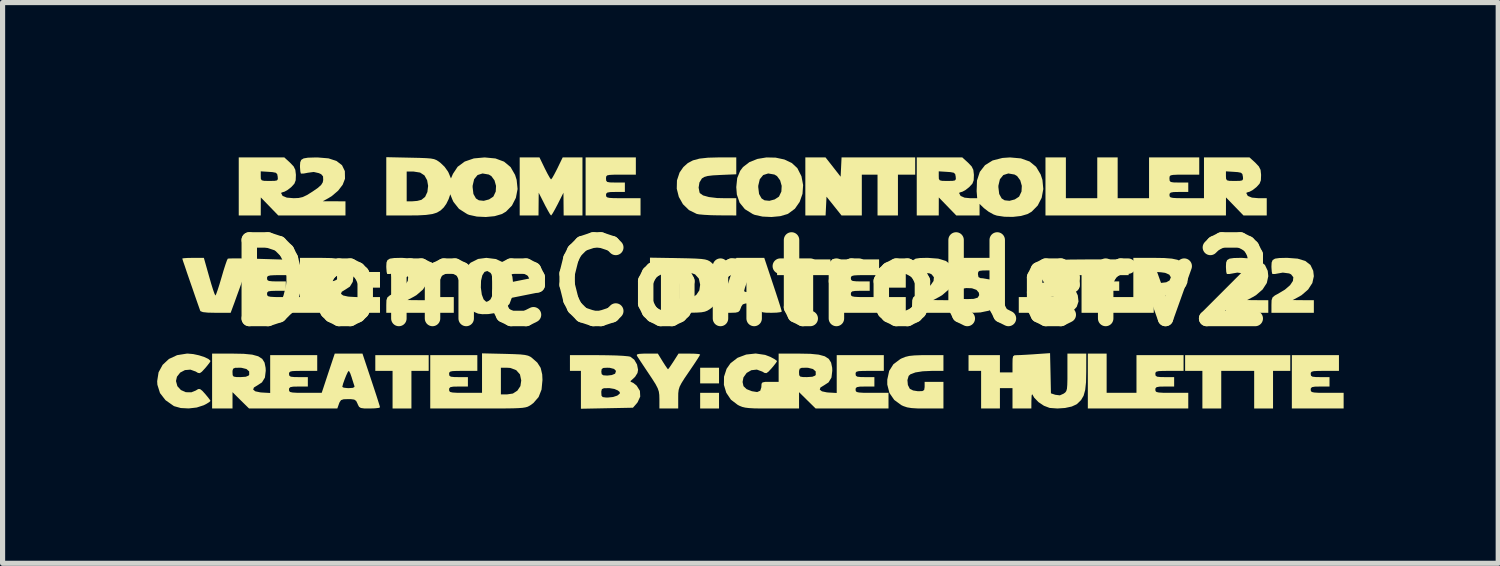
<source format=kicad_pcb>
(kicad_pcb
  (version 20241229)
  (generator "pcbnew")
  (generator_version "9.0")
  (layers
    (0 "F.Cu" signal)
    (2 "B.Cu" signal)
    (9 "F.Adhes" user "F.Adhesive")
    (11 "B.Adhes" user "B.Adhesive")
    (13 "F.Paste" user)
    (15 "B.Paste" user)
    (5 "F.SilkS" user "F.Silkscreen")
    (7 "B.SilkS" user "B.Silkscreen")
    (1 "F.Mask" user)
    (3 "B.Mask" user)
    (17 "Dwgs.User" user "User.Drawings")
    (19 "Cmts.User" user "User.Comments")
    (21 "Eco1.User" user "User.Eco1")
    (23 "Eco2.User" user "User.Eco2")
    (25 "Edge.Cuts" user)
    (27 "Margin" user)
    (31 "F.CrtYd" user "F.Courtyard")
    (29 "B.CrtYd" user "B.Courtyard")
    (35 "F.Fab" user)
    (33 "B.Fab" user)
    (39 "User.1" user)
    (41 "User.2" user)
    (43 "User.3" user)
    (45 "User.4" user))
  (footprint "DomeControllerv2"
    (layer "F.Cu")
    (at 11.512 2.441)
    (property "Reference" "DomeControllerv2" (at 0 0 0) (layer "F.SilkS") (effects (font (size 1.524 1.524) (thickness 0.3))))
    (attr board_only exclude_from_pos_files exclude_from_bom)
    (fp_poly (pts (xy -7.188 0.091) (xy -7.553 0.091) (xy -7.553 -0.213) (xy -7.188 -0.213)) (stroke (width 0) (type solid)) (fill yes) (layer "F.SilkS"))
    (fp_poly (pts (xy -7.188 0.579) (xy -7.553 0.579) (xy -7.553 0.274) (xy -7.188 0.274)) (stroke (width 0) (type solid)) (fill yes) (layer "F.SilkS"))
    (fp_poly (pts (xy -5.756 0.579) (xy -6.122 0.579) (xy -6.122 0.274) (xy -5.756 0.274)) (stroke (width 0) (type solid)) (fill yes) (layer "F.SilkS"))
    (fp_poly (pts (xy -0.609 1.949) (xy -0.975 1.949) (xy -0.975 1.645) (xy -0.609 1.645)) (stroke (width 0) (type solid)) (fill yes) (layer "F.SilkS"))
    (fp_poly (pts (xy -0.609 2.436) (xy -0.975 2.436) (xy -0.975 2.132) (xy -0.609 2.132)) (stroke (width 0) (type solid)) (fill yes) (layer "F.SilkS"))
    (fp_poly (pts (xy 3.015 0.091) (xy 2.65 0.091) (xy 2.65 -0.213) (xy 3.015 -0.213)) (stroke (width 0) (type solid)) (fill yes) (layer "F.SilkS"))
    (fp_poly (pts (xy 3.015 0.579) (xy 2.65 0.579) (xy 2.65 0.274) (xy 3.015 0.274)) (stroke (width 0) (type solid)) (fill yes) (layer "F.SilkS"))
    (fp_poly (pts (xy -6.243 1.706) (xy -6.578 1.706) (xy -6.578 2.436) (xy -6.944 2.436) (xy -6.944 1.706) (xy -7.279 1.706) (xy -7.279 1.401) (xy -6.243 1.401)) (stroke (width 0) (type solid)) (fill yes) (layer "F.SilkS"))
    (fp_poly (pts (xy 1.553 -0.152) (xy 1.218 -0.152) (xy 1.218 0.579) (xy 0.853 0.579) (xy 0.853 -0.152) (xy 0.518 -0.152) (xy 0.518 -0.457) (xy 1.553 -0.457)) (stroke (width 0) (type solid)) (fill yes) (layer "F.SilkS"))
    (fp_poly (pts (xy 10.477 1.706) (xy 10.142 1.706) (xy 10.142 2.436) (xy 9.776 2.436) (xy 9.776 1.706) (xy 9.137 1.706) (xy 9.137 2.436) (xy 8.771 2.436) (xy 8.771 1.706) (xy 8.436 1.706) (xy 8.436 1.401) (xy 10.477 1.401)) (stroke (width 0) (type solid)) (fill yes) (layer "F.SilkS"))
    (fp_poly (pts (xy 1.605 -2.249) (xy 1.751 -2.062) (xy 1.76 -2.249) (xy 1.769 -2.436) (xy 3.198 -2.436) (xy 3.198 -2.101) (xy 2.863 -2.101) (xy 2.863 -1.31) (xy 2.467 -1.31) (xy 2.467 -2.101) (xy 2.162 -2.101) (xy 2.162 -1.31) (xy 1.768 -1.31) (xy 1.623 -1.492) (xy 1.477 -1.674) (xy 1.459 -1.31) (xy 1.066 -1.31) (xy 1.066 -2.436) (xy 1.458 -2.436)) (stroke (width 0) (type solid)) (fill yes) (layer "F.SilkS"))
    (fp_poly (pts (xy 2.497 -0.152) (xy 2.223 -0.152) (xy 2.093 -0.151) (xy 2.012 -0.146) (xy 1.969 -0.135) (xy 1.952 -0.115) (xy 1.949 -0.091) (xy 1.956 -0.057) (xy 1.985 -0.039) (xy 2.051 -0.032) (xy 2.132 -0.03) (xy 2.315 -0.03) (xy 2.315 0.152) (xy 2.132 0.152) (xy 2.03 0.155) (xy 1.975 0.164) (xy 1.953 0.186) (xy 1.949 0.213) (xy 1.953 0.24) (xy 1.972 0.258) (xy 2.018 0.268) (xy 2.099 0.273) (xy 2.229 0.274) (xy 2.269 0.274) (xy 2.589 0.274) (xy 2.589 0.579) (xy 1.584 0.579) (xy 1.584 -0.457) (xy 2.497 -0.457)) (stroke (width 0) (type solid)) (fill yes) (layer "F.SilkS"))
    (fp_poly (pts (xy 11.421 1.706) (xy 11.147 1.706) (xy 11.017 1.707) (xy 10.936 1.711) (xy 10.892 1.722) (xy 10.875 1.742) (xy 10.873 1.766) (xy 10.879 1.8) (xy 10.909 1.819) (xy 10.974 1.826) (xy 11.055 1.827) (xy 11.238 1.827) (xy 11.238 2.01) (xy 11.055 2.01) (xy 10.953 2.012) (xy 10.898 2.022) (xy 10.876 2.044) (xy 10.873 2.071) (xy 10.877 2.098) (xy 10.896 2.116) (xy 10.941 2.126) (xy 11.023 2.131) (xy 11.152 2.132) (xy 11.192 2.132) (xy 11.512 2.132) (xy 11.512 2.436) (xy 10.507 2.436) (xy 10.507 1.401) (xy 11.421 1.401)) (stroke (width 0) (type solid)) (fill yes) (layer "F.SilkS"))
    (fp_poly (pts (xy -3.99 -2.223) (xy -3.939 -2.123) (xy -3.897 -2.048) (xy -3.871 -2.011) (xy -3.868 -2.01) (xy -3.847 -2.035) (xy -3.808 -2.103) (xy -3.758 -2.199) (xy -3.746 -2.223) (xy -3.643 -2.436) (xy -3.259 -2.436) (xy -3.259 -1.31) (xy -3.624 -1.31) (xy -3.626 -1.53) (xy -3.628 -1.751) (xy -3.739 -1.53) (xy -3.793 -1.428) (xy -3.837 -1.351) (xy -3.864 -1.312) (xy -3.868 -1.31) (xy -3.889 -1.335) (xy -3.928 -1.402) (xy -3.98 -1.498) (xy -3.996 -1.53) (xy -4.108 -1.751) (xy -4.11 -1.53) (xy -4.112 -1.31) (xy -4.477 -1.31) (xy -4.477 -2.436) (xy -4.093 -2.436)) (stroke (width 0) (type solid)) (fill yes) (layer "F.SilkS"))
    (fp_poly (pts (xy -2.223 -2.101) (xy -2.513 -2.101) (xy -2.647 -2.101) (xy -2.731 -2.097) (xy -2.778 -2.088) (xy -2.797 -2.069) (xy -2.802 -2.038) (xy -2.802 -2.025) (xy -2.798 -1.983) (xy -2.777 -1.96) (xy -2.724 -1.951) (xy -2.626 -1.949) (xy -2.619 -1.949) (xy -2.436 -1.949) (xy -2.436 -1.766) (xy -2.619 -1.766) (xy -2.721 -1.764) (xy -2.776 -1.754) (xy -2.799 -1.732) (xy -2.802 -1.706) (xy -2.798 -1.679) (xy -2.779 -1.661) (xy -2.736 -1.651) (xy -2.656 -1.646) (xy -2.53 -1.645) (xy -2.467 -1.645) (xy -2.132 -1.645) (xy -2.132 -1.31) (xy -3.198 -1.31) (xy -3.198 -2.436) (xy -2.223 -2.436)) (stroke (width 0) (type solid)) (fill yes) (layer "F.SilkS"))
    (fp_poly (pts (xy 6.913 2.132) (xy 7.492 2.132) (xy 7.492 1.401) (xy 8.406 1.401) (xy 8.406 1.706) (xy 8.132 1.706) (xy 8.001 1.707) (xy 7.921 1.711) (xy 7.877 1.722) (xy 7.86 1.742) (xy 7.858 1.766) (xy 7.864 1.8) (xy 7.894 1.819) (xy 7.959 1.826) (xy 8.04 1.827) (xy 8.223 1.827) (xy 8.223 2.01) (xy 8.04 2.01) (xy 7.938 2.012) (xy 7.883 2.022) (xy 7.861 2.044) (xy 7.858 2.071) (xy 7.862 2.098) (xy 7.881 2.116) (xy 7.926 2.126) (xy 8.008 2.131) (xy 8.137 2.132) (xy 8.177 2.132) (xy 8.497 2.132) (xy 8.497 2.436) (xy 6.548 2.436) (xy 6.548 1.371) (xy 6.913 1.371)) (stroke (width 0) (type solid)) (fill yes) (layer "F.SilkS"))
    (fp_poly (pts (xy -0.274 -2.109) (xy -0.577 -2.096) (xy -0.726 -2.088) (xy -0.828 -2.076) (xy -0.895 -2.057) (xy -0.94 -2.029) (xy -0.942 -2.027) (xy -0.989 -1.95) (xy -1.005 -1.85) (xy -0.987 -1.757) (xy -0.98 -1.743) (xy -0.919 -1.699) (xy -0.805 -1.667) (xy -0.645 -1.648) (xy -0.51 -1.645) (xy -0.274 -1.645) (xy -0.274 -1.31) (xy -0.617 -1.312) (xy -0.764 -1.315) (xy -0.895 -1.322) (xy -0.996 -1.331) (xy -1.042 -1.34) (xy -1.192 -1.414) (xy -1.309 -1.528) (xy -1.389 -1.67) (xy -1.429 -1.829) (xy -1.425 -1.991) (xy -1.374 -2.144) (xy -1.3 -2.25) (xy -1.215 -2.326) (xy -1.115 -2.379) (xy -0.988 -2.413) (xy -0.823 -2.431) (xy -0.632 -2.436) (xy -0.274 -2.436)) (stroke (width 0) (type solid)) (fill yes) (layer "F.SilkS"))
    (fp_poly (pts (xy 4.812 -0.244) (xy 4.614 -0.244) (xy 4.508 -0.242) (xy 4.448 -0.235) (xy 4.422 -0.216) (xy 4.416 -0.18) (xy 4.416 -0.168) (xy 4.426 -0.114) (xy 4.467 -0.093) (xy 4.509 -0.091) (xy 4.65 -0.066) (xy 4.757 0.007) (xy 4.824 0.118) (xy 4.842 0.229) (xy 4.819 0.366) (xy 4.75 0.469) (xy 4.632 0.537) (xy 4.464 0.572) (xy 4.333 0.578) (xy 4.22 0.573) (xy 4.125 0.561) (xy 4.073 0.546) (xy 4.031 0.487) (xy 4.02 0.41) (xy 4.02 0.306) (xy 4.201 0.313) (xy 4.333 0.309) (xy 4.411 0.285) (xy 4.44 0.237) (xy 4.433 0.188) (xy 4.386 0.134) (xy 4.299 0.103) (xy 4.189 0.099) (xy 4.142 0.107) (xy 4.051 0.127) (xy 4.051 -0.487) (xy 4.812 -0.487)) (stroke (width 0) (type solid)) (fill yes) (layer "F.SilkS"))
    (fp_poly (pts (xy -6.558 -0.472) (xy -6.409 -0.427) (xy -6.309 -0.349) (xy -6.255 -0.236) (xy -6.243 -0.131) (xy -6.272 0.001) (xy -6.354 0.127) (xy -6.481 0.237) (xy -6.545 0.274) (xy -6.655 0.332) (xy -6.449 0.334) (xy -6.243 0.335) (xy -6.243 0.579) (xy -7.066 0.579) (xy -7.066 0.427) (xy -7.063 0.335) (xy -7.045 0.281) (xy -7 0.243) (xy -6.948 0.215) (xy -6.805 0.13) (xy -6.704 0.043) (xy -6.649 -0.039) (xy -6.641 -0.111) (xy -6.685 -0.167) (xy -6.723 -0.185) (xy -6.845 -0.201) (xy -6.919 -0.188) (xy -6.996 -0.174) (xy -7.044 -0.174) (xy -7.049 -0.176) (xy -7.059 -0.214) (xy -7.065 -0.29) (xy -7.066 -0.322) (xy -7.062 -0.397) (xy -7.042 -0.445) (xy -6.996 -0.472) (xy -6.912 -0.484) (xy -6.78 -0.487) (xy -6.758 -0.487)) (stroke (width 0) (type solid)) (fill yes) (layer "F.SilkS"))
    (fp_poly (pts (xy 3.645 -0.472) (xy 3.794 -0.427) (xy 3.894 -0.349) (xy 3.948 -0.236) (xy 3.959 -0.131) (xy 3.93 0.001) (xy 3.848 0.127) (xy 3.721 0.237) (xy 3.658 0.274) (xy 3.548 0.332) (xy 3.754 0.334) (xy 3.959 0.335) (xy 3.959 0.579) (xy 3.137 0.579) (xy 3.137 0.427) (xy 3.14 0.335) (xy 3.158 0.281) (xy 3.203 0.243) (xy 3.255 0.215) (xy 3.398 0.13) (xy 3.498 0.043) (xy 3.554 -0.039) (xy 3.561 -0.111) (xy 3.517 -0.167) (xy 3.48 -0.185) (xy 3.358 -0.201) (xy 3.284 -0.188) (xy 3.207 -0.174) (xy 3.158 -0.174) (xy 3.154 -0.176) (xy 3.143 -0.214) (xy 3.137 -0.29) (xy 3.137 -0.322) (xy 3.141 -0.397) (xy 3.161 -0.445) (xy 3.207 -0.472) (xy 3.291 -0.484) (xy 3.423 -0.487) (xy 3.445 -0.487)) (stroke (width 0) (type solid)) (fill yes) (layer "F.SilkS"))
    (fp_poly (pts (xy 9.736 -0.472) (xy 9.885 -0.427) (xy 9.985 -0.349) (xy 10.039 -0.236) (xy 10.05 -0.131) (xy 10.021 0.001) (xy 9.939 0.127) (xy 9.812 0.237) (xy 9.749 0.274) (xy 9.639 0.332) (xy 9.845 0.334) (xy 10.05 0.335) (xy 10.05 0.579) (xy 9.228 0.579) (xy 9.228 0.427) (xy 9.231 0.335) (xy 9.249 0.281) (xy 9.294 0.243) (xy 9.346 0.215) (xy 9.489 0.13) (xy 9.589 0.043) (xy 9.645 -0.039) (xy 9.653 -0.111) (xy 9.608 -0.167) (xy 9.571 -0.185) (xy 9.449 -0.201) (xy 9.375 -0.188) (xy 9.298 -0.174) (xy 9.25 -0.174) (xy 9.245 -0.176) (xy 9.234 -0.214) (xy 9.229 -0.29) (xy 9.228 -0.322) (xy 9.232 -0.397) (xy 9.252 -0.445) (xy 9.298 -0.472) (xy 9.382 -0.484) (xy 9.514 -0.487) (xy 9.536 -0.487)) (stroke (width 0) (type solid)) (fill yes) (layer "F.SilkS"))
    (fp_poly (pts (xy 10.619 -0.472) (xy 10.768 -0.427) (xy 10.868 -0.349) (xy 10.922 -0.236) (xy 10.934 -0.131) (xy 10.905 0.001) (xy 10.823 0.127) (xy 10.696 0.237) (xy 10.632 0.274) (xy 10.522 0.332) (xy 10.728 0.334) (xy 10.934 0.335) (xy 10.934 0.579) (xy 10.111 0.579) (xy 10.111 0.427) (xy 10.114 0.335) (xy 10.132 0.281) (xy 10.177 0.243) (xy 10.229 0.215) (xy 10.372 0.13) (xy 10.473 0.043) (xy 10.528 -0.039) (xy 10.536 -0.111) (xy 10.492 -0.167) (xy 10.454 -0.185) (xy 10.332 -0.201) (xy 10.258 -0.188) (xy 10.181 -0.174) (xy 10.133 -0.174) (xy 10.128 -0.176) (xy 10.118 -0.214) (xy 10.112 -0.29) (xy 10.111 -0.322) (xy 10.115 -0.397) (xy 10.135 -0.445) (xy 10.181 -0.472) (xy 10.265 -0.484) (xy 10.397 -0.487) (xy 10.419 -0.487)) (stroke (width 0) (type solid)) (fill yes) (layer "F.SilkS"))
    (fp_poly (pts (xy 3.746 1.706) (xy 3.525 1.706) (xy 3.345 1.714) (xy 3.203 1.736) (xy 3.106 1.772) (xy 3.071 1.804) (xy 3.047 1.885) (xy 3.056 1.98) (xy 3.093 2.053) (xy 3.093 2.054) (xy 3.157 2.086) (xy 3.25 2.101) (xy 3.261 2.101) (xy 3.338 2.098) (xy 3.372 2.077) (xy 3.38 2.027) (xy 3.381 2.01) (xy 3.381 1.919) (xy 3.746 1.919) (xy 3.746 2.436) (xy 3.403 2.436) (xy 3.242 2.435) (xy 3.127 2.428) (xy 3.041 2.414) (xy 2.97 2.39) (xy 2.931 2.372) (xy 2.792 2.271) (xy 2.698 2.135) (xy 2.656 1.971) (xy 2.656 1.877) (xy 2.693 1.707) (xy 2.776 1.576) (xy 2.909 1.477) (xy 2.934 1.464) (xy 3.005 1.435) (xy 3.083 1.416) (xy 3.183 1.406) (xy 3.321 1.401) (xy 3.405 1.401) (xy 3.746 1.401)) (stroke (width 0) (type solid)) (fill yes) (layer "F.SilkS"))
    (fp_poly (pts (xy -1.403 -0.482) (xy -1.205 -0.478) (xy -1.059 -0.473) (xy -0.954 -0.466) (xy -0.881 -0.456) (xy -0.831 -0.442) (xy -0.793 -0.423) (xy -0.773 -0.409) (xy -0.663 -0.312) (xy -0.598 -0.21) (xy -0.568 -0.083) (xy -0.563 0.025) (xy -0.581 0.211) (xy -0.638 0.356) (xy -0.739 0.471) (xy -0.79 0.51) (xy -0.836 0.538) (xy -0.885 0.557) (xy -0.949 0.569) (xy -1.039 0.575) (xy -1.169 0.578) (xy -1.314 0.579) (xy -1.736 0.579) (xy -1.736 0.305) (xy -1.371 0.305) (xy -1.247 0.305) (xy -1.137 0.288) (xy -1.053 0.233) (xy -1.049 0.23) (xy -0.991 0.144) (xy -0.975 0.034) (xy -1 -0.084) (xy -1.073 -0.166) (xy -1.188 -0.208) (xy -1.253 -0.213) (xy -1.371 -0.213) (xy -1.371 0.305) (xy -1.736 0.305) (xy -1.736 -0.183) (xy -1.949 -0.183) (xy -1.949 -0.491)) (stroke (width 0) (type solid)) (fill yes) (layer "F.SilkS"))
    (fp_poly (pts (xy -1.703 1.523) (xy -1.651 1.604) (xy -1.613 1.659) (xy -1.599 1.675) (xy -1.579 1.652) (xy -1.537 1.591) (xy -1.492 1.523) (xy -1.395 1.371) (xy -1.185 1.371) (xy -1.08 1.373) (xy -1.005 1.379) (xy -0.975 1.388) (xy -0.975 1.388) (xy -0.991 1.419) (xy -1.035 1.489) (xy -1.101 1.589) (xy -1.182 1.708) (xy -1.188 1.717) (xy -1.277 1.847) (xy -1.336 1.941) (xy -1.373 2.012) (xy -1.392 2.074) (xy -1.4 2.141) (xy -1.401 2.227) (xy -1.401 2.232) (xy -1.401 2.436) (xy -1.766 2.436) (xy -1.766 2.253) (xy -1.768 2.173) (xy -1.777 2.108) (xy -1.799 2.043) (xy -1.839 1.966) (xy -1.904 1.863) (xy -1.974 1.758) (xy -2.056 1.635) (xy -2.127 1.528) (xy -2.179 1.449) (xy -2.204 1.409) (xy -2.204 1.409) (xy -2.202 1.388) (xy -2.158 1.376) (xy -2.066 1.371) (xy -2.012 1.371) (xy -1.796 1.371)) (stroke (width 0) (type solid)) (fill yes) (layer "F.SilkS"))
    (fp_poly (pts (xy -4.937 -0.464) (xy -4.789 -0.394) (xy -4.682 -0.281) (xy -4.619 -0.124) (xy -4.599 0.059) (xy -4.618 0.255) (xy -4.675 0.406) (xy -4.775 0.512) (xy -4.917 0.578) (xy -5.085 0.604) (xy -5.204 0.606) (xy -5.284 0.595) (xy -5.351 0.567) (xy -5.388 0.543) (xy -5.498 0.456) (xy -5.568 0.367) (xy -5.605 0.259) (xy -5.618 0.113) (xy -5.619 0.093) (xy -5.231 0.093) (xy -5.23 0.096) (xy -5.212 0.227) (xy -5.177 0.319) (xy -5.13 0.363) (xy -5.115 0.365) (xy -5.076 0.346) (xy -5.043 0.318) (xy -5.013 0.255) (xy -4.996 0.154) (xy -4.992 0.036) (xy -5.002 -0.077) (xy -5.024 -0.166) (xy -5.044 -0.197) (xy -5.106 -0.232) (xy -5.16 -0.214) (xy -5.202 -0.149) (xy -5.227 -0.044) (xy -5.231 0.093) (xy -5.619 0.093) (xy -5.619 0.061) (xy -5.616 -0.072) (xy -5.604 -0.162) (xy -5.579 -0.227) (xy -5.555 -0.264) (xy -5.43 -0.393) (xy -5.284 -0.466) (xy -5.124 -0.487)) (stroke (width 0) (type solid)) (fill yes) (layer "F.SilkS"))
    (fp_poly (pts (xy 0.49 -2.432) (xy 0.659 -2.396) (xy 0.803 -2.328) (xy 0.911 -2.228) (xy 0.912 -2.226) (xy 0.991 -2.07) (xy 1.023 -1.9) (xy 1.011 -1.73) (xy 0.956 -1.573) (xy 0.863 -1.44) (xy 0.733 -1.344) (xy 0.719 -1.337) (xy 0.578 -1.296) (xy 0.409 -1.28) (xy 0.236 -1.288) (xy 0.085 -1.321) (xy 0.046 -1.337) (xy -0.107 -1.432) (xy -0.209 -1.557) (xy -0.263 -1.716) (xy -0.274 -1.858) (xy -0.274 -1.861) (xy 0.152 -1.861) (xy 0.168 -1.727) (xy 0.217 -1.64) (xy 0.274 -1.604) (xy 0.368 -1.594) (xy 0.471 -1.621) (xy 0.551 -1.673) (xy 0.556 -1.679) (xy 0.601 -1.774) (xy 0.607 -1.884) (xy 0.577 -1.991) (xy 0.516 -2.074) (xy 0.466 -2.104) (xy 0.345 -2.125) (xy 0.248 -2.094) (xy 0.182 -2.013) (xy 0.153 -1.89) (xy 0.152 -1.861) (xy -0.274 -1.861) (xy -0.256 -2.036) (xy -0.198 -2.177) (xy -0.143 -2.25) (xy -0.019 -2.345) (xy 0.137 -2.407) (xy 0.311 -2.436)) (stroke (width 0) (type solid)) (fill yes) (layer "F.SilkS"))
    (fp_poly (pts (xy -10.812 1.38) (xy -10.701 1.404) (xy -10.598 1.437) (xy -10.519 1.474) (xy -10.48 1.509) (xy -10.478 1.518) (xy -10.497 1.55) (xy -10.545 1.611) (xy -10.582 1.655) (xy -10.644 1.722) (xy -10.684 1.75) (xy -10.721 1.745) (xy -10.764 1.719) (xy -10.867 1.682) (xy -10.973 1.691) (xy -11.065 1.739) (xy -11.128 1.819) (xy -11.147 1.903) (xy -11.12 2.003) (xy -11.051 2.078) (xy -10.956 2.12) (xy -10.849 2.122) (xy -10.764 2.088) (xy -10.716 2.059) (xy -10.68 2.059) (xy -10.637 2.092) (xy -10.582 2.152) (xy -10.523 2.223) (xy -10.485 2.274) (xy -10.478 2.289) (xy -10.502 2.313) (xy -10.565 2.351) (xy -10.608 2.373) (xy -10.744 2.417) (xy -10.9 2.435) (xy -11.054 2.427) (xy -11.18 2.392) (xy -11.192 2.386) (xy -11.351 2.274) (xy -11.457 2.137) (xy -11.508 1.975) (xy -11.512 1.906) (xy -11.485 1.734) (xy -11.406 1.589) (xy -11.284 1.475) (xy -11.125 1.401) (xy -10.936 1.371) (xy -10.914 1.371)) (stroke (width 0) (type solid)) (fill yes) (layer "F.SilkS"))
    (fp_poly (pts (xy 5.824 1.752) (xy 5.832 2.142) (xy 5.917 2.17) (xy 6.005 2.181) (xy 6.077 2.149) (xy 6.109 2.126) (xy 6.13 2.097) (xy 6.143 2.052) (xy 6.149 1.978) (xy 6.152 1.864) (xy 6.152 1.735) (xy 6.152 1.371) (xy 6.518 1.371) (xy 6.517 1.728) (xy 6.513 1.927) (xy 6.497 2.076) (xy 6.466 2.188) (xy 6.417 2.272) (xy 6.347 2.341) (xy 6.328 2.356) (xy 6.236 2.398) (xy 6.106 2.426) (xy 5.959 2.436) (xy 5.819 2.426) (xy 5.804 2.424) (xy 5.696 2.383) (xy 5.59 2.312) (xy 5.508 2.227) (xy 5.481 2.18) (xy 5.466 2.158) (xy 5.457 2.188) (xy 5.454 2.274) (xy 5.453 2.277) (xy 5.452 2.436) (xy 5.086 2.436) (xy 5.086 2.041) (xy 4.842 2.041) (xy 4.842 2.436) (xy 4.477 2.436) (xy 4.477 1.706) (xy 4.233 1.706) (xy 4.233 1.401) (xy 4.842 1.401) (xy 4.842 1.736) (xy 5.086 1.736) (xy 5.086 1.568) (xy 5.088 1.473) (xy 5.098 1.423) (xy 5.124 1.404) (xy 5.173 1.401) (xy 5.242 1.399) (xy 5.352 1.393) (xy 5.484 1.385) (xy 5.537 1.381) (xy 5.815 1.362)) (stroke (width 0) (type solid)) (fill yes) (layer "F.SilkS"))
    (fp_poly (pts (xy 0.439 0.023) (xy 0.494 0.189) (xy 0.542 0.336) (xy 0.579 0.452) (xy 0.602 0.529) (xy 0.609 0.556) (xy 0.581 0.567) (xy 0.509 0.576) (xy 0.409 0.579) (xy 0.3 0.577) (xy 0.237 0.569) (xy 0.203 0.547) (xy 0.18 0.505) (xy 0.173 0.487) (xy 0.147 0.432) (xy 0.109 0.405) (xy 0.04 0.396) (xy -0.008 0.396) (xy -0.099 0.399) (xy -0.148 0.416) (xy -0.176 0.457) (xy -0.187 0.487) (xy -0.208 0.537) (xy -0.237 0.564) (xy -0.29 0.576) (xy -0.384 0.579) (xy -0.414 0.579) (xy -0.514 0.577) (xy -0.584 0.572) (xy -0.609 0.565) (xy -0.6 0.533) (xy -0.575 0.452) (xy -0.537 0.333) (xy -0.49 0.184) (xy -0.482 0.16) (xy -0.122 0.16) (xy -0.095 0.174) (xy -0.027 0.182) (xy 0.003 0.183) (xy 0.084 0.177) (xy 0.114 0.159) (xy 0.112 0.14) (xy 0.093 0.085) (xy 0.067 0.001) (xy 0.058 -0.027) (xy 0.031 -0.104) (xy 0.008 -0.148) (xy 0.001 -0.152) (xy -0.018 -0.127) (xy -0.047 -0.063) (xy -0.08 0.018) (xy -0.107 0.096) (xy -0.121 0.152) (xy -0.122 0.16) (xy -0.482 0.16) (xy -0.44 0.032) (xy -0.271 -0.487) (xy 0.269 -0.487)) (stroke (width 0) (type solid)) (fill yes) (layer "F.SilkS"))
    (fp_poly (pts (xy -2.774 1.403) (xy -2.609 1.407) (xy -2.471 1.414) (xy -2.374 1.423) (xy -2.33 1.431) (xy -2.254 1.489) (xy -2.2 1.582) (xy -2.18 1.685) (xy -2.191 1.747) (xy -2.238 1.822) (xy -2.289 1.87) (xy -2.327 1.904) (xy -2.321 1.919) (xy -2.32 1.919) (xy -2.274 1.939) (xy -2.213 1.987) (xy -2.207 1.993) (xy -2.144 2.094) (xy -2.138 2.205) (xy -2.189 2.316) (xy -2.205 2.336) (xy -2.279 2.421) (xy -2.784 2.431) (xy -3.289 2.441) (xy -3.289 2.132) (xy -2.893 2.132) (xy -2.889 2.189) (xy -2.865 2.215) (xy -2.804 2.223) (xy -2.762 2.223) (xy -2.665 2.213) (xy -2.587 2.187) (xy -2.572 2.178) (xy -2.531 2.141) (xy -2.538 2.114) (xy -2.572 2.086) (xy -2.639 2.057) (xy -2.734 2.041) (xy -2.762 2.041) (xy -2.844 2.043) (xy -2.882 2.06) (xy -2.893 2.103) (xy -2.893 2.132) (xy -3.289 2.132) (xy -3.289 1.721) (xy -2.893 1.721) (xy -2.886 1.77) (xy -2.854 1.792) (xy -2.779 1.797) (xy -2.775 1.797) (xy -2.69 1.787) (xy -2.63 1.763) (xy -2.624 1.757) (xy -2.608 1.707) (xy -2.646 1.668) (xy -2.728 1.647) (xy -2.778 1.645) (xy -2.854 1.649) (xy -2.886 1.671) (xy -2.893 1.721) (xy -3.289 1.721) (xy -3.289 1.706) (xy -3.502 1.706) (xy -3.502 1.401) (xy -2.956 1.401)) (stroke (width 0) (type solid)) (fill yes) (layer "F.SilkS"))
    (fp_poly (pts (xy -4.768 1.376) (xy -4.592 1.381) (xy -4.465 1.387) (xy -4.376 1.397) (xy -4.315 1.411) (xy -4.271 1.431) (xy -4.245 1.449) (xy -4.135 1.546) (xy -4.07 1.648) (xy -4.04 1.775) (xy -4.035 1.883) (xy -4.053 2.069) (xy -4.11 2.214) (xy -4.21 2.329) (xy -4.262 2.368) (xy -4.293 2.387) (xy -4.325 2.403) (xy -4.365 2.414) (xy -4.421 2.423) (xy -4.5 2.429) (xy -4.609 2.433) (xy -4.755 2.435) (xy -4.944 2.436) (xy -5.185 2.436) (xy -5.289 2.436) (xy -6.213 2.436) (xy -6.213 2.162) (xy -4.842 2.162) (xy -4.719 2.162) (xy -4.609 2.146) (xy -4.524 2.091) (xy -4.521 2.088) (xy -4.463 2.001) (xy -4.447 1.892) (xy -4.472 1.774) (xy -4.545 1.692) (xy -4.66 1.649) (xy -4.725 1.645) (xy -4.842 1.645) (xy -4.842 2.162) (xy -6.213 2.162) (xy -6.213 1.401) (xy -5.299 1.401) (xy -5.299 1.706) (xy -5.573 1.706) (xy -5.704 1.707) (xy -5.785 1.711) (xy -5.828 1.722) (xy -5.845 1.742) (xy -5.847 1.766) (xy -5.841 1.8) (xy -5.812 1.819) (xy -5.746 1.826) (xy -5.665 1.827) (xy -5.482 1.827) (xy -5.482 2.01) (xy -5.665 2.01) (xy -5.767 2.012) (xy -5.822 2.022) (xy -5.844 2.044) (xy -5.847 2.071) (xy -5.843 2.098) (xy -5.824 2.116) (xy -5.779 2.126) (xy -5.697 2.131) (xy -5.568 2.132) (xy -5.528 2.132) (xy -5.208 2.132) (xy -5.208 1.366)) (stroke (width 0) (type solid)) (fill yes) (layer "F.SilkS"))
    (fp_poly (pts (xy 6.122 -1.645) (xy 6.731 -1.645) (xy 6.731 -2.436) (xy 7.127 -2.436) (xy 7.127 -1.645) (xy 7.736 -1.645) (xy 7.736 -2.436) (xy 8.71 -2.436) (xy 8.71 -2.101) (xy 8.421 -2.101) (xy 8.287 -2.101) (xy 8.202 -2.097) (xy 8.156 -2.088) (xy 8.136 -2.069) (xy 8.132 -2.038) (xy 8.132 -2.025) (xy 8.136 -1.983) (xy 8.157 -1.96) (xy 8.209 -1.951) (xy 8.308 -1.949) (xy 8.314 -1.949) (xy 8.497 -1.949) (xy 8.497 -1.766) (xy 8.314 -1.766) (xy 8.212 -1.764) (xy 8.157 -1.754) (xy 8.135 -1.732) (xy 8.132 -1.706) (xy 8.136 -1.679) (xy 8.154 -1.661) (xy 8.198 -1.651) (xy 8.278 -1.646) (xy 8.404 -1.645) (xy 8.467 -1.645) (xy 8.802 -1.645) (xy 8.802 -2.166) (xy 9.228 -2.166) (xy 9.228 -2.073) (xy 9.231 -2.02) (xy 9.249 -1.992) (xy 9.296 -1.981) (xy 9.389 -1.98) (xy 9.398 -1.98) (xy 9.494 -1.981) (xy 9.543 -1.99) (xy 9.56 -2.015) (xy 9.558 -2.062) (xy 9.557 -2.063) (xy 9.547 -2.113) (xy 9.519 -2.139) (xy 9.458 -2.151) (xy 9.388 -2.156) (xy 9.228 -2.166) (xy 8.802 -2.166) (xy 8.802 -2.436) (xy 9.686 -2.436) (xy 9.797 -2.335) (xy 9.866 -2.262) (xy 9.9 -2.195) (xy 9.91 -2.102) (xy 9.91 -2.089) (xy 9.906 -1.992) (xy 9.881 -1.927) (xy 9.824 -1.864) (xy 9.814 -1.855) (xy 9.743 -1.8) (xy 9.683 -1.769) (xy 9.669 -1.766) (xy 9.629 -1.753) (xy 9.624 -1.742) (xy 9.652 -1.689) (xy 9.733 -1.656) (xy 9.858 -1.645) (xy 10.02 -1.645) (xy 10.02 -1.31) (xy 9.568 -1.31) (xy 9.229 -1.66) (xy 9.228 -1.31) (xy 5.726 -1.31) (xy 5.726 -2.436) (xy 6.122 -2.436)) (stroke (width 0) (type solid)) (fill yes) (layer "F.SilkS"))
    (fp_poly (pts (xy -8.934 -2.335) (xy -8.864 -2.262) (xy -8.831 -2.195) (xy -8.82 -2.102) (xy -8.82 -2.089) (xy -8.824 -1.992) (xy -8.849 -1.927) (xy -8.906 -1.864) (xy -8.916 -1.855) (xy -8.988 -1.8) (xy -9.047 -1.769) (xy -9.061 -1.766) (xy -9.101 -1.753) (xy -9.106 -1.742) (xy -9.078 -1.689) (xy -8.996 -1.656) (xy -8.864 -1.645) (xy -8.863 -1.645) (xy -8.767 -1.649) (xy -8.687 -1.667) (xy -8.603 -1.707) (xy -8.496 -1.774) (xy -8.392 -1.846) (xy -8.33 -1.902) (xy -8.299 -1.952) (xy -8.29 -1.998) (xy -8.293 -2.068) (xy -8.329 -2.11) (xy -8.374 -2.131) (xy -8.474 -2.154) (xy -8.587 -2.139) (xy -8.666 -2.124) (xy -8.717 -2.122) (xy -8.724 -2.125) (xy -8.734 -2.164) (xy -8.74 -2.239) (xy -8.741 -2.27) (xy -8.736 -2.342) (xy -8.716 -2.389) (xy -8.67 -2.417) (xy -8.587 -2.431) (xy -8.458 -2.435) (xy -8.391 -2.435) (xy -8.187 -2.418) (xy -8.032 -2.367) (xy -7.925 -2.285) (xy -7.87 -2.171) (xy -7.867 -2.027) (xy -7.868 -2.02) (xy -7.912 -1.906) (xy -8.001 -1.79) (xy -8.122 -1.687) (xy -8.193 -1.643) (xy -8.299 -1.586) (xy -8.078 -1.585) (xy -7.858 -1.584) (xy -7.858 -1.31) (xy -9.162 -1.31) (xy -9.501 -1.66) (xy -9.502 -1.31) (xy -9.929 -1.31) (xy -9.929 -2.166) (xy -9.502 -2.166) (xy -9.502 -2.073) (xy -9.5 -2.02) (xy -9.482 -1.992) (xy -9.434 -1.981) (xy -9.341 -1.98) (xy -9.333 -1.98) (xy -9.236 -1.981) (xy -9.187 -1.99) (xy -9.17 -2.015) (xy -9.173 -2.062) (xy -9.173 -2.063) (xy -9.183 -2.113) (xy -9.211 -2.139) (xy -9.273 -2.151) (xy -9.342 -2.156) (xy -9.502 -2.166) (xy -9.929 -2.166) (xy -9.929 -2.436) (xy -9.044 -2.436)) (stroke (width 0) (type solid)) (fill yes) (layer "F.SilkS"))
    (fp_poly (pts (xy -6.599 -2.431) (xy -6.42 -2.427) (xy -6.292 -2.422) (xy -6.202 -2.415) (xy -6.139 -2.403) (xy -6.091 -2.384) (xy -6.049 -2.357) (xy -6.017 -2.333) (xy -5.935 -2.255) (xy -5.87 -2.164) (xy -5.856 -2.137) (xy -5.811 -2.028) (xy -5.772 -2.118) (xy -5.681 -2.255) (xy -5.544 -2.356) (xy -5.366 -2.417) (xy -5.158 -2.436) (xy -4.947 -2.416) (xy -4.78 -2.354) (xy -4.654 -2.249) (xy -4.567 -2.098) (xy -4.536 -2) (xy -4.518 -1.823) (xy -4.551 -1.652) (xy -4.627 -1.502) (xy -4.743 -1.384) (xy -4.824 -1.337) (xy -4.964 -1.296) (xy -5.134 -1.28) (xy -5.307 -1.288) (xy -5.458 -1.321) (xy -5.497 -1.337) (xy -5.655 -1.438) (xy -5.763 -1.574) (xy -5.788 -1.629) (xy -5.824 -1.721) (xy -5.855 -1.629) (xy -5.9 -1.537) (xy -5.95 -1.466) (xy -6.012 -1.407) (xy -6.083 -1.365) (xy -6.174 -1.337) (xy -6.296 -1.32) (xy -6.46 -1.311) (xy -6.638 -1.31) (xy -7.066 -1.31) (xy -7.066 -1.584) (xy -6.67 -1.584) (xy -6.565 -1.584) (xy -6.467 -1.592) (xy -6.384 -1.613) (xy -6.313 -1.67) (xy -6.268 -1.766) (xy -6.257 -1.861) (xy -5.391 -1.861) (xy -5.375 -1.727) (xy -5.326 -1.64) (xy -5.269 -1.604) (xy -5.175 -1.594) (xy -5.072 -1.621) (xy -4.992 -1.673) (xy -4.987 -1.679) (xy -4.942 -1.774) (xy -4.936 -1.884) (xy -4.966 -1.991) (xy -5.027 -2.074) (xy -5.077 -2.104) (xy -5.198 -2.125) (xy -5.295 -2.094) (xy -5.361 -2.013) (xy -5.39 -1.89) (xy -5.391 -1.861) (xy -6.257 -1.861) (xy -6.254 -1.884) (xy -6.273 -1.993) (xy -6.325 -2.087) (xy -6.409 -2.142) (xy -6.536 -2.162) (xy -6.565 -2.162) (xy -6.67 -2.162) (xy -6.67 -1.584) (xy -7.066 -1.584) (xy -7.066 -2.441)) (stroke (width 0) (type solid)) (fill yes) (layer "F.SilkS"))
    (fp_poly (pts (xy 4.223 -2.335) (xy 4.293 -2.262) (xy 4.326 -2.195) (xy 4.337 -2.102) (xy 4.337 -2.089) (xy 4.333 -1.992) (xy 4.308 -1.927) (xy 4.25 -1.864) (xy 4.24 -1.855) (xy 4.169 -1.8) (xy 4.11 -1.769) (xy 4.096 -1.766) (xy 4.056 -1.753) (xy 4.051 -1.742) (xy 4.079 -1.689) (xy 4.156 -1.655) (xy 4.262 -1.645) (xy 4.401 -1.645) (xy 4.39 -1.783) (xy 4.393 -1.861) (xy 4.812 -1.861) (xy 4.828 -1.727) (xy 4.876 -1.64) (xy 4.934 -1.604) (xy 5.027 -1.594) (xy 5.131 -1.621) (xy 5.211 -1.673) (xy 5.216 -1.679) (xy 5.261 -1.774) (xy 5.267 -1.884) (xy 5.237 -1.991) (xy 5.176 -2.074) (xy 5.126 -2.104) (xy 5.005 -2.125) (xy 4.908 -2.094) (xy 4.842 -2.013) (xy 4.813 -1.89) (xy 4.812 -1.861) (xy 4.393 -1.861) (xy 4.397 -1.988) (xy 4.452 -2.156) (xy 4.553 -2.286) (xy 4.7 -2.377) (xy 4.891 -2.426) (xy 5.038 -2.436) (xy 5.25 -2.417) (xy 5.418 -2.357) (xy 5.544 -2.254) (xy 5.632 -2.107) (xy 5.667 -2) (xy 5.684 -1.823) (xy 5.652 -1.652) (xy 5.575 -1.502) (xy 5.459 -1.384) (xy 5.378 -1.337) (xy 5.251 -1.3) (xy 5.093 -1.282) (xy 4.928 -1.285) (xy 4.782 -1.307) (xy 4.721 -1.328) (xy 4.622 -1.383) (xy 4.532 -1.452) (xy 4.53 -1.454) (xy 4.447 -1.534) (xy 4.447 -1.31) (xy 3.995 -1.31) (xy 3.656 -1.66) (xy 3.655 -1.31) (xy 3.228 -1.31) (xy 3.228 -2.166) (xy 3.655 -2.166) (xy 3.655 -2.073) (xy 3.657 -2.02) (xy 3.675 -1.992) (xy 3.723 -1.981) (xy 3.816 -1.98) (xy 3.824 -1.98) (xy 3.921 -1.981) (xy 3.97 -1.99) (xy 3.987 -2.015) (xy 3.984 -2.062) (xy 3.984 -2.063) (xy 3.974 -2.113) (xy 3.946 -2.139) (xy 3.884 -2.151) (xy 3.815 -2.156) (xy 3.655 -2.166) (xy 3.228 -2.166) (xy 3.228 -2.436) (xy 4.112 -2.436)) (stroke (width 0) (type solid)) (fill yes) (layer "F.SilkS"))
    (fp_poly (pts (xy 8.03 -0.484) (xy 8.181 -0.472) (xy 8.289 -0.449) (xy 8.365 -0.412) (xy 8.418 -0.357) (xy 8.454 -0.288) (xy 8.494 -0.139) (xy 8.479 -0.004) (xy 8.451 0.062) (xy 8.377 0.155) (xy 8.266 0.214) (xy 8.11 0.241) (xy 8.027 0.244) (xy 7.827 0.244) (xy 7.827 0.579) (xy 6.426 0.579) (xy 6.426 -0.152) (xy 6.276 -0.152) (xy 6.186 -0.147) (xy 6.124 -0.135) (xy 6.109 -0.126) (xy 6.119 -0.092) (xy 6.163 -0.035) (xy 6.186 -0.012) (xy 6.292 0.113) (xy 6.353 0.241) (xy 6.367 0.36) (xy 6.333 0.463) (xy 6.285 0.516) (xy 6.251 0.539) (xy 6.21 0.556) (xy 6.153 0.567) (xy 6.069 0.574) (xy 5.949 0.577) (xy 5.781 0.579) (xy 5.706 0.579) (xy 5.208 0.579) (xy 5.208 0.274) (xy 5.538 0.274) (xy 5.674 0.272) (xy 5.786 0.268) (xy 5.862 0.261) (xy 5.887 0.255) (xy 5.878 0.224) (xy 5.837 0.163) (xy 5.774 0.088) (xy 5.702 -0.002) (xy 5.648 -0.088) (xy 5.626 -0.141) (xy 5.626 -0.246) (xy 5.657 -0.346) (xy 5.712 -0.417) (xy 5.727 -0.427) (xy 5.773 -0.436) (xy 5.873 -0.443) (xy 6.018 -0.449) (xy 6.202 -0.454) (xy 6.417 -0.456) (xy 6.561 -0.457) (xy 7.34 -0.457) (xy 7.34 -0.152) (xy 7.066 -0.152) (xy 6.935 -0.151) (xy 6.855 -0.146) (xy 6.811 -0.135) (xy 6.794 -0.115) (xy 6.792 -0.091) (xy 6.798 -0.057) (xy 6.828 -0.039) (xy 6.893 -0.032) (xy 6.974 -0.03) (xy 7.157 -0.03) (xy 7.157 0.152) (xy 6.974 0.152) (xy 6.872 0.155) (xy 6.817 0.164) (xy 6.795 0.186) (xy 6.792 0.213) (xy 6.796 0.24) (xy 6.815 0.258) (xy 6.86 0.268) (xy 6.942 0.273) (xy 7.071 0.274) (xy 7.111 0.274) (xy 7.431 0.274) (xy 7.431 -0.217) (xy 7.827 -0.217) (xy 7.827 -0.108) (xy 7.83 -0.041) (xy 7.85 -0.01) (xy 7.905 -0.001) (xy 7.96 0) (xy 8.07 -0.013) (xy 8.134 -0.048) (xy 8.159 -0.11) (xy 8.129 -0.161) (xy 8.049 -0.196) (xy 7.969 -0.207) (xy 7.827 -0.217) (xy 7.431 -0.217) (xy 7.431 -0.487) (xy 7.829 -0.487)) (stroke (width 0) (type solid)) (fill yes) (layer "F.SilkS"))
    (fp_poly (pts (xy 0.286 1.396) (xy 0.386 1.434) (xy 0.463 1.475) (xy 0.51 1.508) (xy 0.516 1.518) (xy 0.497 1.55) (xy 0.449 1.611) (xy 0.412 1.655) (xy 0.35 1.722) (xy 0.31 1.75) (xy 0.273 1.745) (xy 0.231 1.72) (xy 0.125 1.681) (xy 0.018 1.693) (xy -0.073 1.746) (xy -0.135 1.833) (xy -0.152 1.922) (xy -0.134 2.003) (xy -0.073 2.061) (xy 0.029 2.101) (xy 0.131 2.117) (xy 0.191 2.091) (xy 0.213 2.022) (xy 0.213 2.007) (xy 0.216 1.956) (xy 0.235 1.93) (xy 0.286 1.92) (xy 0.381 1.919) (xy 0.548 1.919) (xy 0.548 1.736) (xy 0.944 1.736) (xy 0.947 1.79) (xy 0.968 1.817) (xy 1.021 1.826) (xy 1.097 1.827) (xy 1.203 1.82) (xy 1.258 1.797) (xy 1.268 1.781) (xy 1.267 1.716) (xy 1.214 1.67) (xy 1.118 1.646) (xy 1.077 1.645) (xy 0.995 1.647) (xy 0.956 1.664) (xy 0.945 1.705) (xy 0.944 1.736) (xy 0.548 1.736) (xy 0.548 1.371) (xy 0.946 1.371) (xy 1.163 1.375) (xy 1.326 1.391) (xy 1.443 1.423) (xy 1.521 1.473) (xy 1.566 1.546) (xy 1.587 1.646) (xy 1.589 1.703) (xy 1.573 1.836) (xy 1.517 1.929) (xy 1.431 1.985) (xy 1.359 2.029) (xy 1.346 2.07) (xy 1.388 2.103) (xy 1.482 2.123) (xy 1.515 2.126) (xy 1.675 2.135) (xy 1.675 1.401) (xy 2.589 1.401) (xy 2.589 1.706) (xy 2.315 1.706) (xy 2.184 1.707) (xy 2.103 1.711) (xy 2.06 1.722) (xy 2.043 1.742) (xy 2.041 1.766) (xy 2.047 1.8) (xy 2.076 1.819) (xy 2.142 1.826) (xy 2.223 1.827) (xy 2.406 1.827) (xy 2.406 2.01) (xy 2.223 2.01) (xy 2.121 2.012) (xy 2.066 2.022) (xy 2.044 2.044) (xy 2.041 2.071) (xy 2.045 2.098) (xy 2.064 2.116) (xy 2.109 2.126) (xy 2.191 2.131) (xy 2.32 2.132) (xy 2.36 2.132) (xy 2.68 2.132) (xy 2.68 2.436) (xy 1.266 2.436) (xy 1.105 2.278) (xy 0.944 2.119) (xy 0.944 2.436) (xy 0.416 2.436) (xy 0.222 2.436) (xy 0.079 2.434) (xy -0.026 2.428) (xy -0.101 2.419) (xy -0.159 2.405) (xy -0.211 2.384) (xy -0.246 2.366) (xy -0.378 2.265) (xy -0.468 2.131) (xy -0.514 1.978) (xy -0.512 1.819) (xy -0.462 1.666) (xy -0.386 1.558) (xy -0.249 1.452) (xy -0.081 1.389) (xy 0.103 1.369)) (stroke (width 0) (type solid)) (fill yes) (layer "F.SilkS"))
    (fp_poly (pts (xy -9.832 1.375) (xy -9.668 1.391) (xy -9.551 1.423) (xy -9.473 1.473) (xy -9.428 1.546) (xy -9.408 1.646) (xy -9.405 1.703) (xy -9.421 1.836) (xy -9.478 1.929) (xy -9.563 1.985) (xy -9.635 2.029) (xy -9.649 2.07) (xy -9.607 2.103) (xy -9.512 2.123) (xy -9.479 2.126) (xy -9.319 2.135) (xy -9.319 1.401) (xy -8.406 1.401) (xy -8.406 1.706) (xy -8.68 1.706) (xy -8.81 1.707) (xy -8.891 1.711) (xy -8.934 1.722) (xy -8.951 1.742) (xy -8.954 1.766) (xy -8.947 1.8) (xy -8.918 1.819) (xy -8.852 1.826) (xy -8.771 1.827) (xy -8.588 1.827) (xy -8.588 2.01) (xy -8.771 2.01) (xy -8.873 2.012) (xy -8.928 2.022) (xy -8.951 2.044) (xy -8.954 2.071) (xy -8.95 2.098) (xy -8.931 2.116) (xy -8.885 2.126) (xy -8.803 2.131) (xy -8.673 2.132) (xy -8.637 2.132) (xy -8.319 2.132) (xy -8.281 2.018) (xy -7.919 2.018) (xy -7.891 2.032) (xy -7.824 2.04) (xy -7.793 2.041) (xy -7.713 2.035) (xy -7.683 2.017) (xy -7.685 1.998) (xy -7.703 1.943) (xy -7.73 1.858) (xy -7.738 1.831) (xy -7.765 1.754) (xy -7.789 1.71) (xy -7.795 1.706) (xy -7.814 1.731) (xy -7.844 1.795) (xy -7.876 1.876) (xy -7.904 1.954) (xy -7.918 2.01) (xy -7.919 2.018) (xy -8.281 2.018) (xy -8.193 1.751) (xy -8.066 1.371) (xy -7.528 1.371) (xy -7.358 1.881) (xy -7.303 2.047) (xy -7.255 2.193) (xy -7.218 2.31) (xy -7.194 2.387) (xy -7.188 2.414) (xy -7.215 2.425) (xy -7.288 2.433) (xy -7.388 2.436) (xy -7.496 2.435) (xy -7.559 2.426) (xy -7.594 2.404) (xy -7.616 2.363) (xy -7.623 2.345) (xy -7.65 2.29) (xy -7.688 2.263) (xy -7.757 2.254) (xy -7.805 2.254) (xy -7.895 2.257) (xy -7.944 2.274) (xy -7.972 2.314) (xy -7.984 2.345) (xy -8.016 2.436) (xy -9.729 2.436) (xy -9.89 2.278) (xy -10.05 2.119) (xy -10.05 2.436) (xy -10.446 2.436) (xy -10.446 1.736) (xy -10.05 1.736) (xy -10.047 1.79) (xy -10.027 1.817) (xy -9.974 1.826) (xy -9.897 1.827) (xy -9.792 1.82) (xy -9.737 1.797) (xy -9.726 1.781) (xy -9.727 1.716) (xy -9.78 1.67) (xy -9.877 1.646) (xy -9.917 1.645) (xy -10 1.647) (xy -10.038 1.664) (xy -10.05 1.705) (xy -10.05 1.736) (xy -10.446 1.736) (xy -10.446 1.371) (xy -10.049 1.371)) (stroke (width 0) (type solid)) (fill yes) (layer "F.SilkS"))
    (fp_poly (pts (xy -10.503 -0.122) (xy -10.463 0.017) (xy -10.427 0.132) (xy -10.399 0.211) (xy -10.383 0.243) (xy -10.382 0.244) (xy -10.367 0.216) (xy -10.34 0.141) (xy -10.304 0.03) (xy -10.264 -0.105) (xy -10.263 -0.108) (xy -10.223 -0.245) (xy -10.186 -0.36) (xy -10.158 -0.439) (xy -10.141 -0.472) (xy -10.141 -0.472) (xy -10.106 -0.475) (xy -10.018 -0.477) (xy -9.889 -0.476) (xy -9.726 -0.473) (xy -9.54 -0.468) (xy -9.476 -0.466) (xy -8.832 -0.447) (xy -8.832 -0.152) (xy -9.106 -0.152) (xy -9.236 -0.151) (xy -9.317 -0.146) (xy -9.361 -0.135) (xy -9.378 -0.115) (xy -9.38 -0.091) (xy -9.374 -0.057) (xy -9.344 -0.039) (xy -9.279 -0.032) (xy -9.198 -0.03) (xy -9.015 -0.03) (xy -9.015 0.152) (xy -9.198 0.152) (xy -9.3 0.155) (xy -9.355 0.164) (xy -9.377 0.186) (xy -9.38 0.213) (xy -9.376 0.24) (xy -9.357 0.258) (xy -9.312 0.268) (xy -9.23 0.273) (xy -9.101 0.274) (xy -9.061 0.274) (xy -8.741 0.274) (xy -8.741 -0.122) (xy -8.345 -0.122) (xy -8.342 -0.068) (xy -8.321 -0.041) (xy -8.268 -0.032) (xy -8.192 -0.03) (xy -8.086 -0.038) (xy -8.031 -0.061) (xy -8.021 -0.077) (xy -8.022 -0.141) (xy -8.074 -0.188) (xy -8.171 -0.212) (xy -8.212 -0.213) (xy -8.294 -0.21) (xy -8.333 -0.194) (xy -8.344 -0.153) (xy -8.345 -0.122) (xy -8.741 -0.122) (xy -8.741 -0.487) (xy -8.343 -0.487) (xy -8.126 -0.483) (xy -7.963 -0.466) (xy -7.846 -0.435) (xy -7.768 -0.384) (xy -7.722 -0.311) (xy -7.702 -0.212) (xy -7.7 -0.155) (xy -7.716 -0.022) (xy -7.772 0.071) (xy -7.858 0.127) (xy -7.93 0.171) (xy -7.945 0.211) (xy -7.903 0.243) (xy -7.808 0.264) (xy -7.758 0.268) (xy -7.583 0.277) (xy -7.583 0.579) (xy -8.023 0.579) (xy -8.184 0.42) (xy -8.345 0.261) (xy -8.345 0.579) (xy -9.746 0.579) (xy -9.748 0.114) (xy -9.749 -0.35) (xy -9.87 -0.015) (xy -9.923 0.133) (xy -9.974 0.273) (xy -10.015 0.388) (xy -10.038 0.449) (xy -10.086 0.579) (xy -10.374 0.579) (xy -10.526 0.576) (xy -10.623 0.566) (xy -10.67 0.548) (xy -10.676 0.541) (xy -10.7 0.473) (xy -10.737 0.368) (xy -10.783 0.236) (xy -10.833 0.09) (xy -10.885 -0.059) (xy -10.934 -0.201) (xy -10.975 -0.324) (xy -11.007 -0.416) (xy -11.023 -0.467) (xy -11.025 -0.474) (xy -10.997 -0.48) (xy -10.924 -0.485) (xy -10.821 -0.487) (xy -10.816 -0.487) (xy -10.606 -0.487)) (stroke (width 0) (type solid)) (fill yes) (layer "F.SilkS")))
  (gr_rect
    (start -3 -3)
    (end 26.024 7.881)
    (stroke (width 0.1) (type default))
    (fill no)
    (layer "Edge.Cuts")))
</source>
